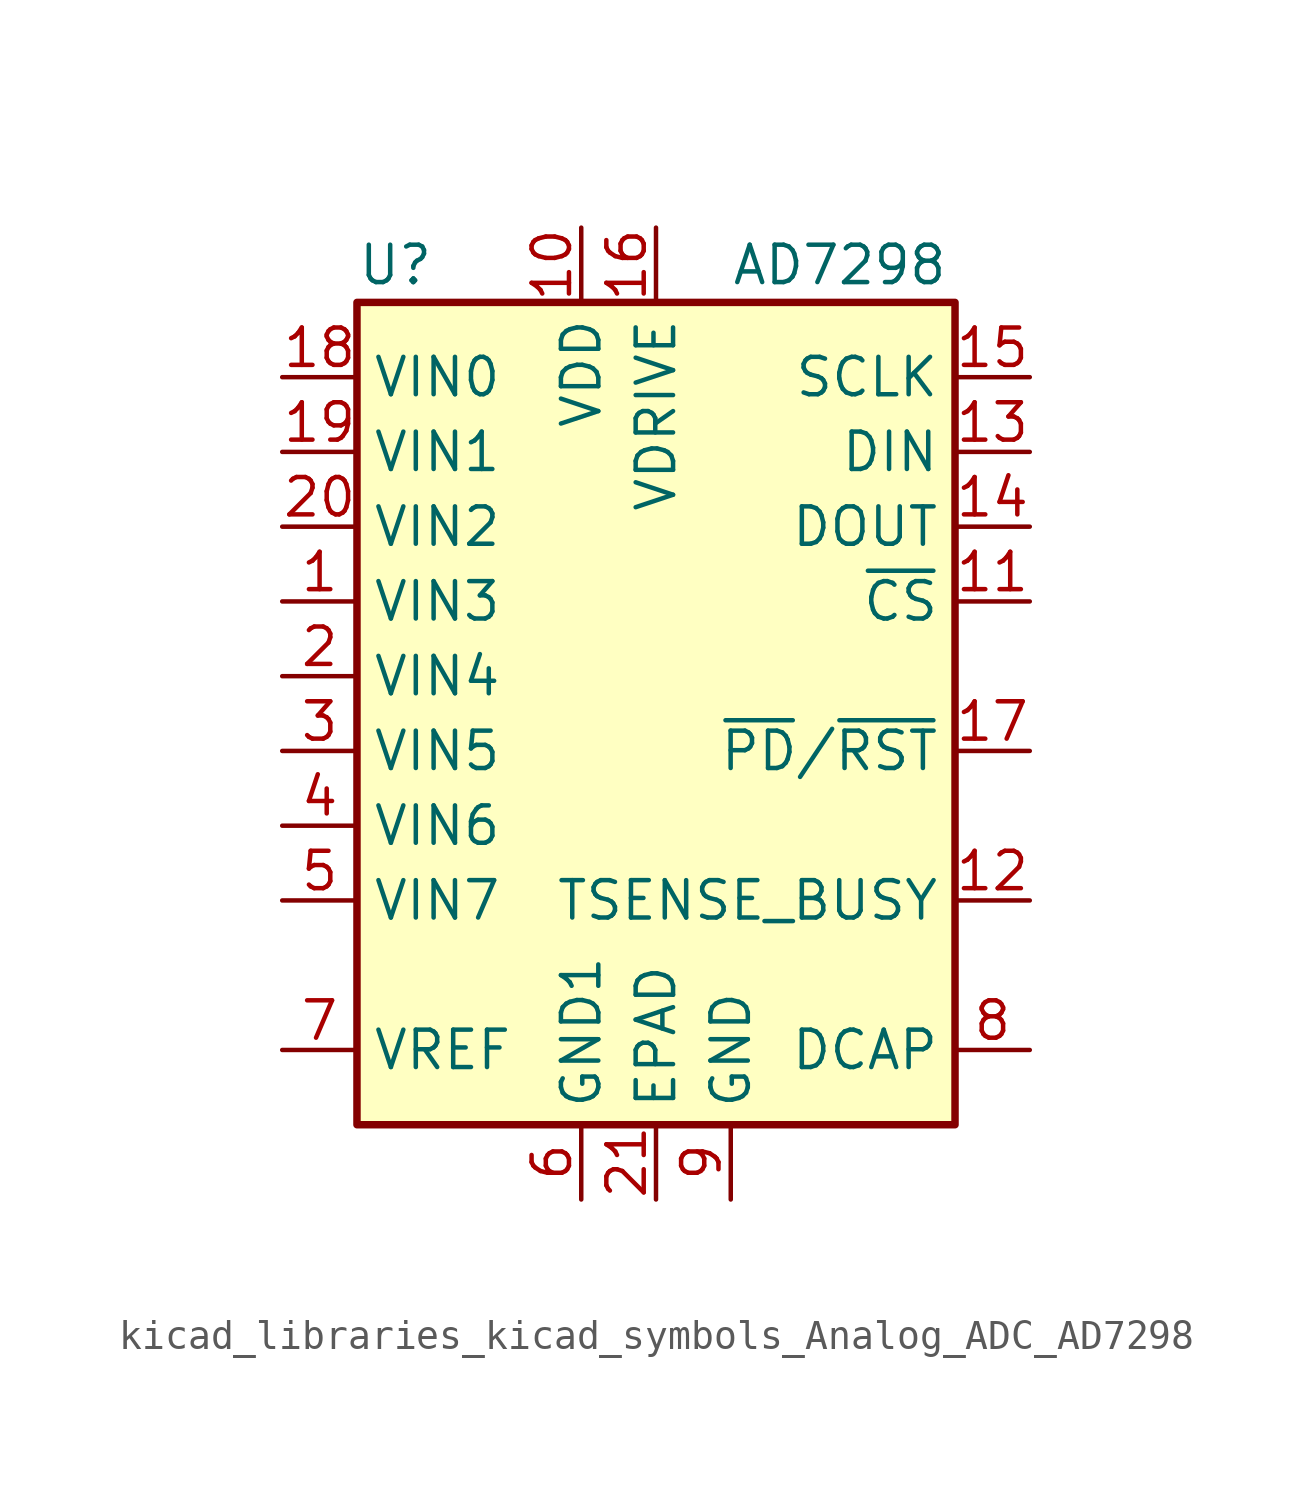
<source format=kicad_sym>
(kicad_symbol_lib
  (version 20220914)
  (generator kicad_symbol_editor)
  (symbol "kicad_libraries_kicad_symbols_Analog_ADC_AD7298"
    (property "Reference" "U"
      (at -10.16 13.97 0)
      (effects (font (size 1.27 1.27)) (justify left)))
    (property "Value" "AD7298"
      (at 2.54 13.97 0)
      (effects (font (size 1.27 1.27)) (justify left)))
    (symbol "kicad_libraries_kicad_symbols_Analog_ADC_AD7298_0_1"
      (rectangle (start -10.16 12.7) (end 10.16 -15.24) (stroke (width 0.254) (type default)) (fill (type background))))
    (symbol "kicad_libraries_kicad_symbols_Analog_ADC_AD7298_1_1"
      (pin input line (at -12.7 2.54 0) (length 2.54) (name "VIN3" (effects (font (size 1.27 1.27)))) (number "1" (effects (font (size 1.27 1.27)))))
      (pin power_in line (at -2.54 15.24 270) (length 2.54) (name "VDD" (effects (font (size 1.27 1.27)))) (number "10" (effects (font (size 1.27 1.27)))))
      (pin input line (at 12.7 2.54 180) (length 2.54) (name "~{CS}" (effects (font (size 1.27 1.27)))) (number "11" (effects (font (size 1.27 1.27)))))
      (pin output line (at 12.7 -7.62 180) (length 2.54) (name "TSENSE_BUSY" (effects (font (size 1.27 1.27)))) (number "12" (effects (font (size 1.27 1.27)))))
      (pin input line (at 12.7 7.62 180) (length 2.54) (name "DIN" (effects (font (size 1.27 1.27)))) (number "13" (effects (font (size 1.27 1.27)))))
      (pin output line (at 12.7 5.08 180) (length 2.54) (name "DOUT" (effects (font (size 1.27 1.27)))) (number "14" (effects (font (size 1.27 1.27)))))
      (pin input line (at 12.7 10.16 180) (length 2.54) (name "SCLK" (effects (font (size 1.27 1.27)))) (number "15" (effects (font (size 1.27 1.27)))))
      (pin power_in line (at 0 15.24 270) (length 2.54) (name "VDRIVE" (effects (font (size 1.27 1.27)))) (number "16" (effects (font (size 1.27 1.27)))))
      (pin input line (at 12.7 -2.54 180) (length 2.54) (name "~{PD}/~{RST}" (effects (font (size 1.27 1.27)))) (number "17" (effects (font (size 1.27 1.27)))))
      (pin input line (at -12.7 10.16 0) (length 2.54) (name "VIN0" (effects (font (size 1.27 1.27)))) (number "18" (effects (font (size 1.27 1.27)))))
      (pin input line (at -12.7 7.62 0) (length 2.54) (name "VIN1" (effects (font (size 1.27 1.27)))) (number "19" (effects (font (size 1.27 1.27)))))
      (pin input line (at -12.7 0 0) (length 2.54) (name "VIN4" (effects (font (size 1.27 1.27)))) (number "2" (effects (font (size 1.27 1.27)))))
      (pin input line (at -12.7 5.08 0) (length 2.54) (name "VIN2" (effects (font (size 1.27 1.27)))) (number "20" (effects (font (size 1.27 1.27)))))
      (pin power_in line (at 0 -17.78 90) (length 2.54) (name "EPAD" (effects (font (size 1.27 1.27)))) (number "21" (effects (font (size 1.27 1.27)))))
      (pin input line (at -12.7 -2.54 0) (length 2.54) (name "VIN5" (effects (font (size 1.27 1.27)))) (number "3" (effects (font (size 1.27 1.27)))))
      (pin input line (at -12.7 -5.08 0) (length 2.54) (name "VIN6" (effects (font (size 1.27 1.27)))) (number "4" (effects (font (size 1.27 1.27)))))
      (pin input line (at -12.7 -7.62 0) (length 2.54) (name "VIN7" (effects (font (size 1.27 1.27)))) (number "5" (effects (font (size 1.27 1.27)))))
      (pin power_in line (at -2.54 -17.78 90) (length 2.54) (name "GND1" (effects (font (size 1.27 1.27)))) (number "6" (effects (font (size 1.27 1.27)))))
      (pin passive line (at -12.7 -12.7 0) (length 2.54) (name "VREF" (effects (font (size 1.27 1.27)))) (number "7" (effects (font (size 1.27 1.27)))))
      (pin passive line (at 12.7 -12.7 180) (length 2.54) (name "DCAP" (effects (font (size 1.27 1.27)))) (number "8" (effects (font (size 1.27 1.27)))))
      (pin power_in line (at 2.54 -17.78 90) (length 2.54) (name "GND" (effects (font (size 1.27 1.27)))) (number "9" (effects (font (size 1.27 1.27))))))))
</source>
